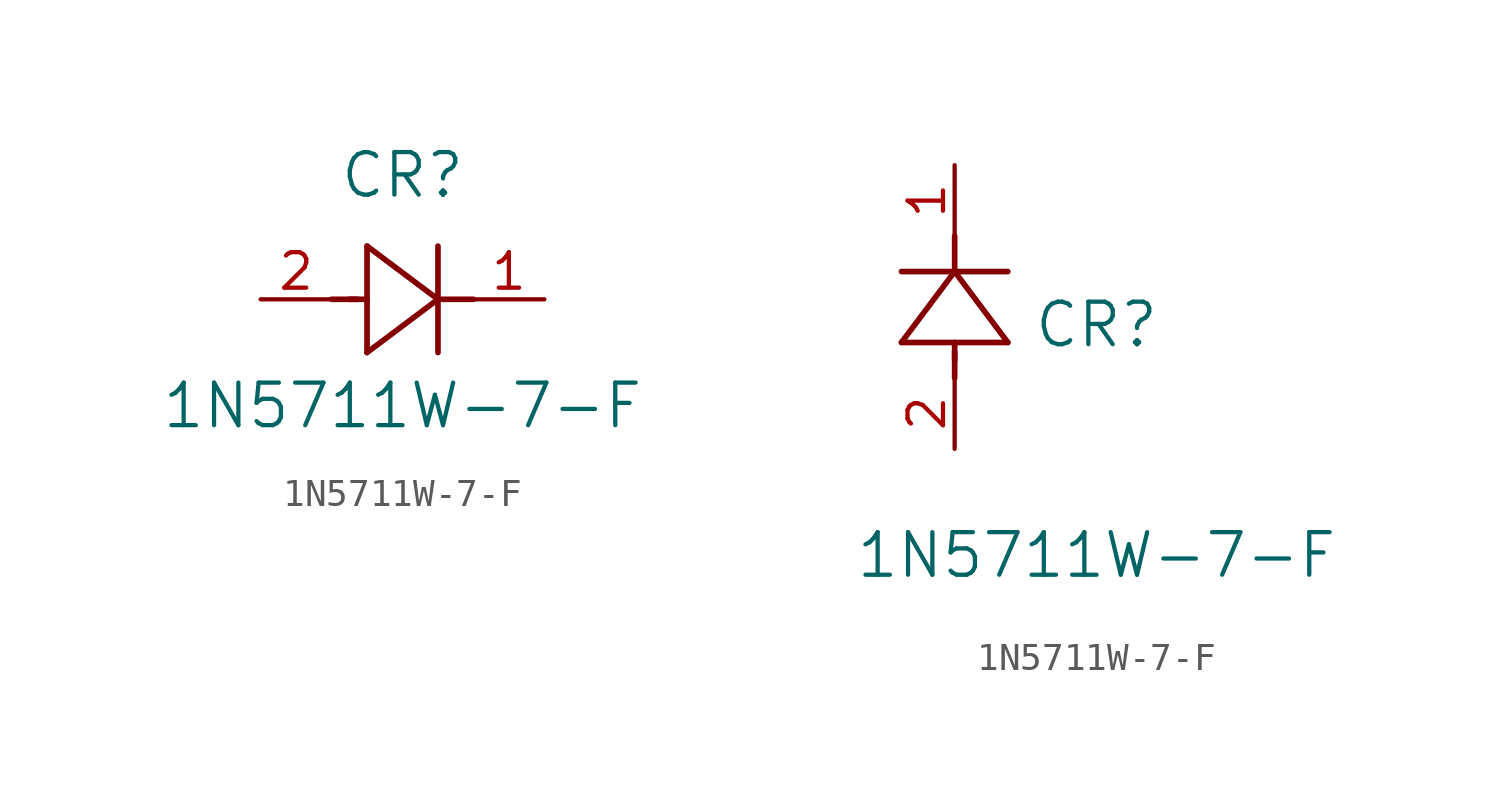
<source format=kicad_sym>
(kicad_symbol_lib
  (version 20231120)
  (generator "kicad_symbol_editor")
  (generator_version "8.0")
  (symbol "1N5711W-7-F"
    (pin_names
      (offset 0.254))
    (property "Reference" "CR"
      (at 5.08 4.445 0)
      (effects (font (size 1.524 1.524))))
    (property "Value" "1N5711W-7-F"
      (at 5.08 -3.81 0)
      (effects (font (size 1.524 1.524))))
    (symbol "1N5711W-7-F_1_1"
      (polyline (pts (xy 2.54 0) (xy 3.48 0)) (stroke (width 0.203) (type default)) (fill (type none)))
      (polyline (pts (xy 3.175 0) (xy 3.81 0)) (stroke (width 0.203) (type default)) (fill (type none)))
      (polyline (pts (xy 3.81 -1.905) (xy 6.35 0)) (stroke (width 0.203) (type default)) (fill (type none)))
      (polyline (pts (xy 3.81 1.905) (xy 3.81 -1.905)) (stroke (width 0.203) (type default)) (fill (type none)))
      (polyline (pts (xy 6.35 -1.905) (xy 6.35 1.905)) (stroke (width 0.203) (type default)) (fill (type none)))
      (polyline (pts (xy 6.35 0) (xy 3.81 1.905)) (stroke (width 0.203) (type default)) (fill (type none)))
      (polyline (pts (xy 6.35 0) (xy 7.62 0)) (stroke (width 0.203) (type default)) (fill (type none)))
      (pin unspecified line (at 10.16 0 180) (length 2.54) (name "" (effects (font (size 1.27 1.27)))) (number "1" (effects (font (size 1.27 1.27)))))
      (pin unspecified line (at 0 0 0) (length 2.54) (name "" (effects (font (size 1.27 1.27)))) (number "2" (effects (font (size 1.27 1.27))))))
    (symbol "1N5711W-7-F_1_2"
      (polyline (pts (xy -1.905 3.81) (xy 1.905 3.81)) (stroke (width 0.203) (type default)) (fill (type none)))
      (polyline (pts (xy 0 2.54) (xy 0 3.48)) (stroke (width 0.203) (type default)) (fill (type none)))
      (polyline (pts (xy 0 3.175) (xy 0 3.81)) (stroke (width 0.203) (type default)) (fill (type none)))
      (polyline (pts (xy 0 6.35) (xy -1.905 3.81)) (stroke (width 0.203) (type default)) (fill (type none)))
      (polyline (pts (xy 0 6.35) (xy 0 7.62)) (stroke (width 0.203) (type default)) (fill (type none)))
      (polyline (pts (xy 1.905 3.81) (xy 0 6.35)) (stroke (width 0.203) (type default)) (fill (type none)))
      (polyline (pts (xy 1.905 6.35) (xy -1.905 6.35)) (stroke (width 0.203) (type default)) (fill (type none)))
      (pin unspecified line (at 0 10.16 270) (length 2.54) (name "" (effects (font (size 1.27 1.27)))) (number "1" (effects (font (size 1.27 1.27)))))
      (pin unspecified line (at 0 0 90) (length 2.54) (name "" (effects (font (size 1.27 1.27)))) (number "2" (effects (font (size 1.27 1.27))))))))
</source>
